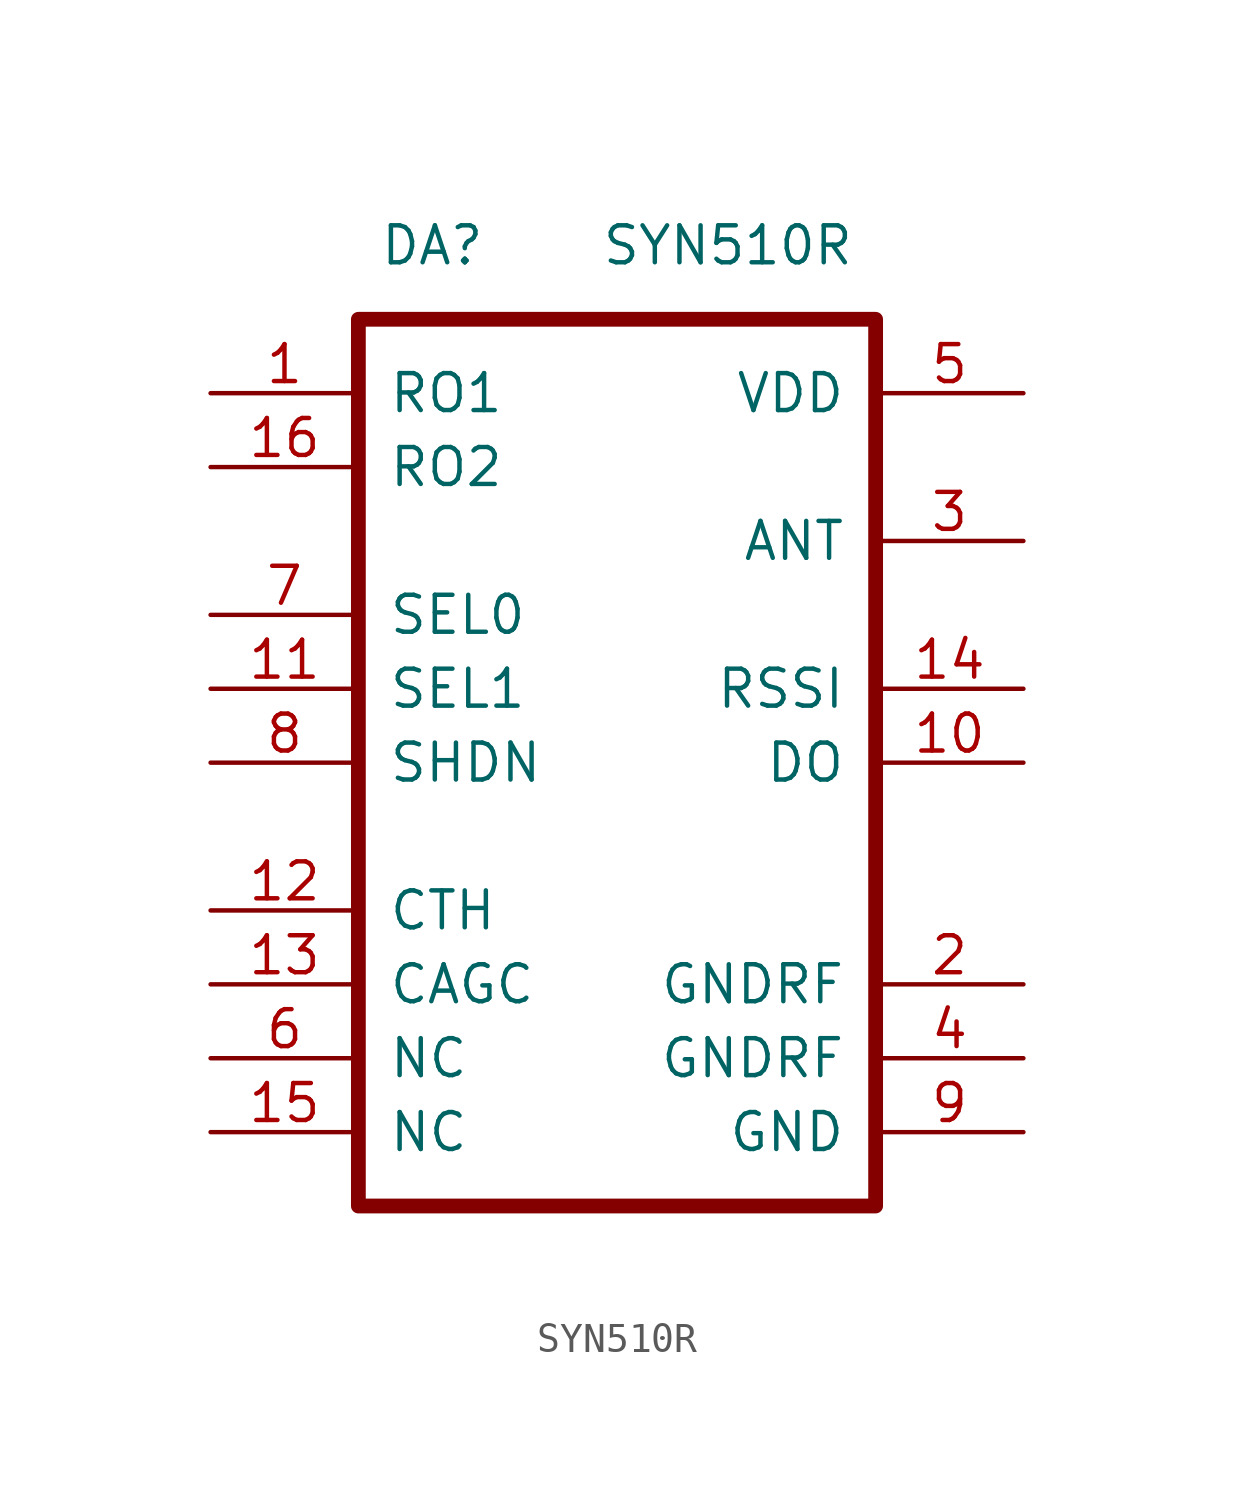
<source format=kicad_sym>
(kicad_symbol_lib
  (version 20211014)
  (generator kicad_symbol_editor)
  (symbol "SYN510R"
    (pin_names
      (offset 1.016))
    (property "Reference" "DA"
      (at 7.62 5.08 0)
      (effects (font (size 1.27 1.27))))
    (property "Value" "SYN510R"
      (at 17.78 5.08 0)
      (effects (font (size 1.27 1.27))))
    (symbol "SYN510R_0_1"
      (polyline (pts (xy 5.08 2.54) (xy 22.86 2.54) (xy 22.86 -27.94) (xy 5.08 -27.94) (xy 5.08 2.54)) (stroke (width 0.508) (type default) (color 0 0 0 0)) (fill (type none))))
    (symbol "SYN510R_1_1"
      (pin passive line (at 0 0 0) (length 5.08) (name "RO1" (effects (font (size 1.27 1.27)))) (number "1" (effects (font (size 1.27 1.27)))))
      (pin output line (at 27.94 -12.7 180) (length 5.08) (name "DO" (effects (font (size 1.27 1.27)))) (number "10" (effects (font (size 1.27 1.27)))))
      (pin input line (at 0 -10.16 0) (length 5.08) (name "SEL1" (effects (font (size 1.27 1.27)))) (number "11" (effects (font (size 1.27 1.27)))))
      (pin input line (at 0 -17.78 0) (length 5.08) (name "CTH" (effects (font (size 1.27 1.27)))) (number "12" (effects (font (size 1.27 1.27)))))
      (pin input line (at 0 -20.32 0) (length 5.08) (name "CAGC" (effects (font (size 1.27 1.27)))) (number "13" (effects (font (size 1.27 1.27)))))
      (pin output line (at 27.94 -10.16 180) (length 5.08) (name "RSSI" (effects (font (size 1.27 1.27)))) (number "14" (effects (font (size 1.27 1.27)))))
      (pin unspecified line (at 0 -25.4 0) (length 5.08) (name "NC" (effects (font (size 1.27 1.27)))) (number "15" (effects (font (size 1.27 1.27)))))
      (pin passive line (at 0 -2.54 0) (length 5.08) (name "RO2" (effects (font (size 1.27 1.27)))) (number "16" (effects (font (size 1.27 1.27)))))
      (pin input line (at 27.94 -20.32 180) (length 5.08) (name "GNDRF" (effects (font (size 1.27 1.27)))) (number "2" (effects (font (size 1.27 1.27)))))
      (pin input line (at 27.94 -5.08 180) (length 5.08) (name "ANT" (effects (font (size 1.27 1.27)))) (number "3" (effects (font (size 1.27 1.27)))))
      (pin input line (at 27.94 -22.86 180) (length 5.08) (name "GNDRF" (effects (font (size 1.27 1.27)))) (number "4" (effects (font (size 1.27 1.27)))))
      (pin power_in line (at 27.94 0 180) (length 5.08) (name "VDD" (effects (font (size 1.27 1.27)))) (number "5" (effects (font (size 1.27 1.27)))))
      (pin unspecified line (at 0 -22.86 0) (length 5.08) (name "NC" (effects (font (size 1.27 1.27)))) (number "6" (effects (font (size 1.27 1.27)))))
      (pin input line (at 0 -7.62 0) (length 5.08) (name "SEL0" (effects (font (size 1.27 1.27)))) (number "7" (effects (font (size 1.27 1.27)))))
      (pin input line (at 0 -12.7 0) (length 5.08) (name "SHDN" (effects (font (size 1.27 1.27)))) (number "8" (effects (font (size 1.27 1.27)))))
      (pin power_in line (at 27.94 -25.4 180) (length 5.08) (name "GND" (effects (font (size 1.27 1.27)))) (number "9" (effects (font (size 1.27 1.27))))))))
</source>
